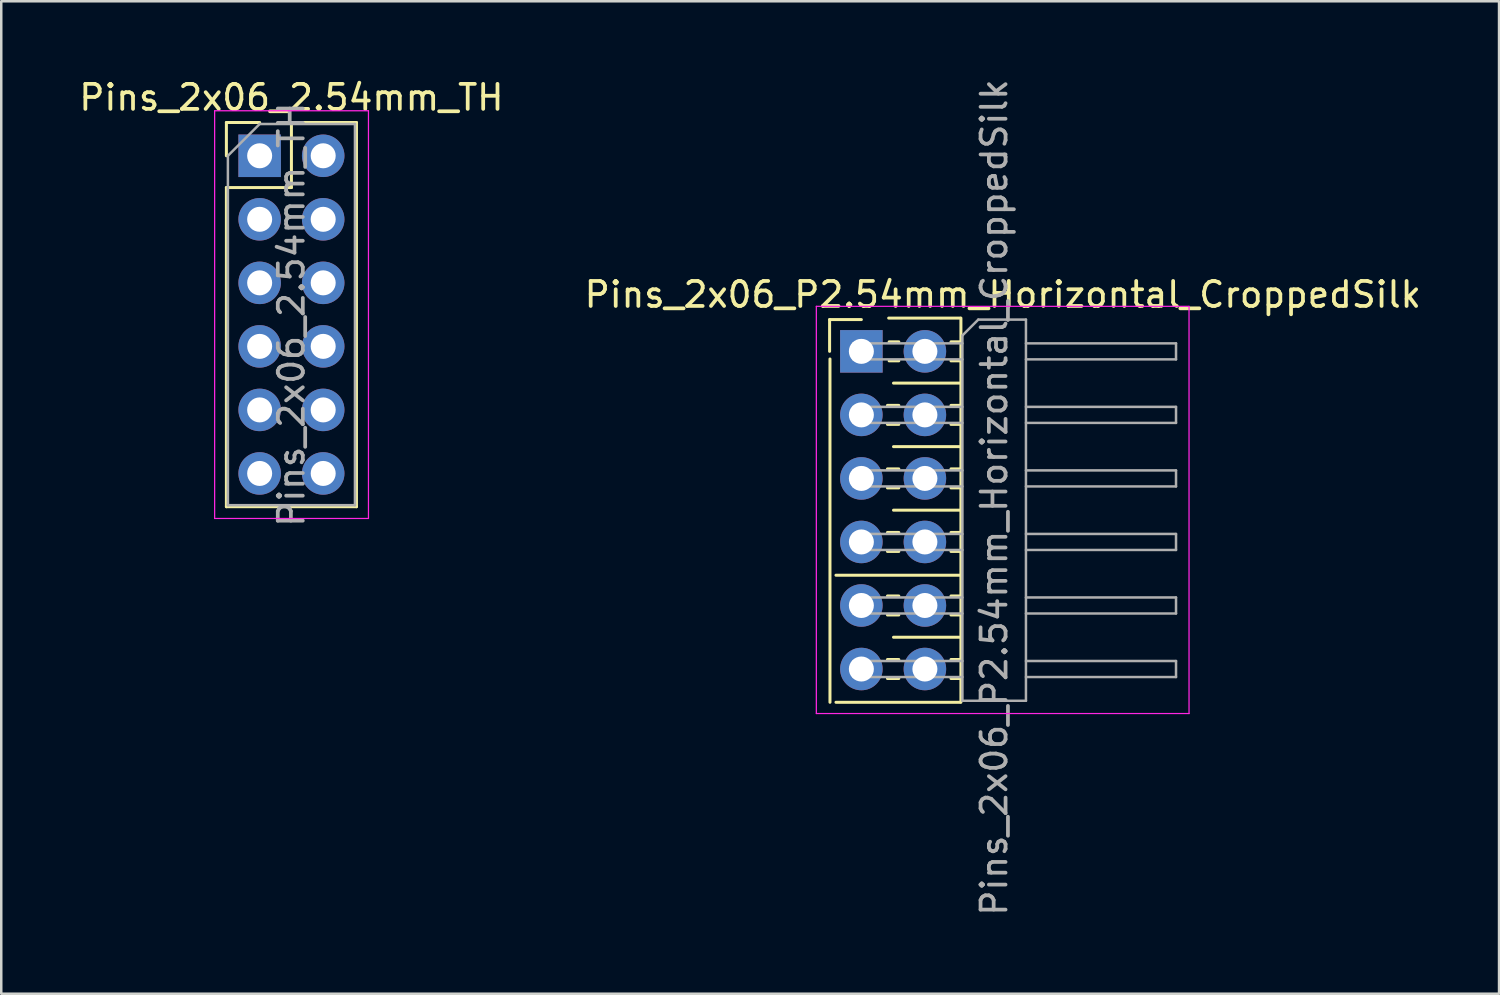
<source format=kicad_pcb>
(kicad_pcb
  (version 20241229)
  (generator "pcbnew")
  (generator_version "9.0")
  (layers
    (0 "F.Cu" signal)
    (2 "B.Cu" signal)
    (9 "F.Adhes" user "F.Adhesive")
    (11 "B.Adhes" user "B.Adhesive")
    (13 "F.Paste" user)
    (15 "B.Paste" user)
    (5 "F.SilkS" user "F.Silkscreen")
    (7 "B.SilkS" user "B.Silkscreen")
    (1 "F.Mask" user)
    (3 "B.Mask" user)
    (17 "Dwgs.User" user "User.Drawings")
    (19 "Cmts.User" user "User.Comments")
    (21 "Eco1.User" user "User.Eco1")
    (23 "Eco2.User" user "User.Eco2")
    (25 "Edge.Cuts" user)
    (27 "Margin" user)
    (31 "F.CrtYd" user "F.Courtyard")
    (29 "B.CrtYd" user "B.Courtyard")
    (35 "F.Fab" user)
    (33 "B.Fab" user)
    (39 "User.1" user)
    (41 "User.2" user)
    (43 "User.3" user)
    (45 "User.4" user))
  (footprint "Pins_2x06_P2.54mm_Horizontal_CroppedSilk"
    (layer "F.Cu")
    (at 32.657 17.347)
    (property "Reference" "Pins_2x06_P2.54mm_Horizontal_CroppedSilk" (at 4.385 -8.62 0) (layer "F.SilkS") (effects (font (size 1 1) (thickness 0.15))))
    (attr through_hole)
    (fp_line (start -2.54 -7.62) (end -1.27 -7.62) (stroke (width 0.12) (type solid)) (layer "F.SilkS"))
    (fp_line (start -2.54 -6.35) (end -2.54 -7.62) (stroke (width 0.12) (type solid)) (layer "F.SilkS"))
    (fp_line (start -2.525 -6.045) (end -2.525 7.68) (stroke (width 0.12) (type solid)) (layer "F.SilkS"))
    (fp_line (start -2.286 2.6) (end 2.675 2.6) (stroke (width 0.12) (type solid)) (layer "F.SilkS"))
    (fp_line (start -2.286 7.68) (end 2.675 7.68) (stroke (width 0.12) (type solid)) (layer "F.SilkS"))
    (fp_line (start -0.227 -4.19) (end 0.227 -4.19) (stroke (width 0.12) (type solid)) (layer "F.SilkS"))
    (fp_line (start -0.227 -3.43) (end 0.227 -3.43) (stroke (width 0.12) (type solid)) (layer "F.SilkS"))
    (fp_line (start -0.227 -1.65) (end 0.227 -1.65) (stroke (width 0.12) (type solid)) (layer "F.SilkS"))
    (fp_line (start -0.227 -0.89) (end 0.227 -0.89) (stroke (width 0.12) (type solid)) (layer "F.SilkS"))
    (fp_line (start -0.227 0.89) (end 0.227 0.89) (stroke (width 0.12) (type solid)) (layer "F.SilkS"))
    (fp_line (start -0.227 1.65) (end 0.227 1.65) (stroke (width 0.12) (type solid)) (layer "F.SilkS"))
    (fp_line (start -0.227 3.43) (end 0.227 3.43) (stroke (width 0.12) (type solid)) (layer "F.SilkS"))
    (fp_line (start -0.227 4.19) (end 0.227 4.19) (stroke (width 0.12) (type solid)) (layer "F.SilkS"))
    (fp_line (start -0.227 5.97) (end 0.227 5.97) (stroke (width 0.12) (type solid)) (layer "F.SilkS"))
    (fp_line (start -0.227 6.73) (end 0.227 6.73) (stroke (width 0.12) (type solid)) (layer "F.SilkS"))
    (fp_line (start -0.16 -6.73) (end 0.227 -6.73) (stroke (width 0.12) (type solid)) (layer "F.SilkS"))
    (fp_line (start -0.16 -5.97) (end 0.227 -5.97) (stroke (width 0.12) (type solid)) (layer "F.SilkS"))
    (fp_line (start 2.313 -6.73) (end 2.71 -6.73) (stroke (width 0.12) (type solid)) (layer "F.SilkS"))
    (fp_line (start 2.313 -5.97) (end 2.71 -5.97) (stroke (width 0.12) (type solid)) (layer "F.SilkS"))
    (fp_line (start 2.313 -4.19) (end 2.71 -4.19) (stroke (width 0.12) (type solid)) (layer "F.SilkS"))
    (fp_line (start 2.313 -3.43) (end 2.71 -3.43) (stroke (width 0.12) (type solid)) (layer "F.SilkS"))
    (fp_line (start 2.313 -1.65) (end 2.71 -1.65) (stroke (width 0.12) (type solid)) (layer "F.SilkS"))
    (fp_line (start 2.313 -0.89) (end 2.71 -0.89) (stroke (width 0.12) (type solid)) (layer "F.SilkS"))
    (fp_line (start 2.313 0.89) (end 2.71 0.89) (stroke (width 0.12) (type solid)) (layer "F.SilkS"))
    (fp_line (start 2.313 1.65) (end 2.71 1.65) (stroke (width 0.12) (type solid)) (layer "F.SilkS"))
    (fp_line (start 2.313 3.43) (end 2.71 3.43) (stroke (width 0.12) (type solid)) (layer "F.SilkS"))
    (fp_line (start 2.313 4.19) (end 2.71 4.19) (stroke (width 0.12) (type solid)) (layer "F.SilkS"))
    (fp_line (start 2.313 5.97) (end 2.71 5.97) (stroke (width 0.12) (type solid)) (layer "F.SilkS"))
    (fp_line (start 2.313 6.73) (end 2.71 6.73) (stroke (width 0.12) (type solid)) (layer "F.SilkS"))
    (fp_line (start 2.675 -7.68) (end -0.178 -7.68) (stroke (width 0.12) (type solid)) (layer "F.SilkS"))
    (fp_line (start 2.675 -5.08) (end 0.015 -5.08) (stroke (width 0.12) (type solid)) (layer "F.SilkS"))
    (fp_line (start 2.675 -2.54) (end 0.015 -2.54) (stroke (width 0.12) (type solid)) (layer "F.SilkS"))
    (fp_line (start 2.675 0) (end 0.015 0) (stroke (width 0.12) (type solid)) (layer "F.SilkS"))
    (fp_line (start 2.675 5.08) (end 0.015 5.08) (stroke (width 0.12) (type solid)) (layer "F.SilkS"))
    (fp_line (start 2.71 -7.68) (end 2.71 7.68) (stroke (width 0.12) (type solid)) (layer "F.SilkS"))
    (fp_line (start -3.07 -8.15) (end -3.07 8.13) (stroke (width 0.05) (type solid)) (layer "F.CrtYd"))
    (fp_line (start -3.07 8.13) (end 11.83 8.13) (stroke (width 0.05) (type solid)) (layer "F.CrtYd"))
    (fp_line (start 11.83 -8.15) (end -3.07 -8.15) (stroke (width 0.05) (type solid)) (layer "F.CrtYd"))
    (fp_line (start 11.83 8.13) (end 11.83 -8.15) (stroke (width 0.05) (type solid)) (layer "F.CrtYd"))
    (fp_line (start -1.59 -6.67) (end -1.59 -6.03) (stroke (width 0.1) (type solid)) (layer "F.Fab"))
    (fp_line (start -1.59 -6.67) (end 2.77 -6.67) (stroke (width 0.1) (type solid)) (layer "F.Fab"))
    (fp_line (start -1.59 -6.03) (end 2.77 -6.03) (stroke (width 0.1) (type solid)) (layer "F.Fab"))
    (fp_line (start -1.59 -4.13) (end -1.59 -3.49) (stroke (width 0.1) (type solid)) (layer "F.Fab"))
    (fp_line (start -1.59 -4.13) (end 2.77 -4.13) (stroke (width 0.1) (type solid)) (layer "F.Fab"))
    (fp_line (start -1.59 -3.49) (end 2.77 -3.49) (stroke (width 0.1) (type solid)) (layer "F.Fab"))
    (fp_line (start -1.59 -1.59) (end -1.59 -0.95) (stroke (width 0.1) (type solid)) (layer "F.Fab"))
    (fp_line (start -1.59 -1.59) (end 2.77 -1.59) (stroke (width 0.1) (type solid)) (layer "F.Fab"))
    (fp_line (start -1.59 -0.95) (end 2.77 -0.95) (stroke (width 0.1) (type solid)) (layer "F.Fab"))
    (fp_line (start -1.59 0.95) (end -1.59 1.59) (stroke (width 0.1) (type solid)) (layer "F.Fab"))
    (fp_line (start -1.59 0.95) (end 2.77 0.95) (stroke (width 0.1) (type solid)) (layer "F.Fab"))
    (fp_line (start -1.59 1.59) (end 2.77 1.59) (stroke (width 0.1) (type solid)) (layer "F.Fab"))
    (fp_line (start -1.59 3.49) (end -1.59 4.13) (stroke (width 0.1) (type solid)) (layer "F.Fab"))
    (fp_line (start -1.59 3.49) (end 2.77 3.49) (stroke (width 0.1) (type solid)) (layer "F.Fab"))
    (fp_line (start -1.59 4.13) (end 2.77 4.13) (stroke (width 0.1) (type solid)) (layer "F.Fab"))
    (fp_line (start -1.59 6.03) (end -1.59 6.67) (stroke (width 0.1) (type solid)) (layer "F.Fab"))
    (fp_line (start -1.59 6.03) (end 2.77 6.03) (stroke (width 0.1) (type solid)) (layer "F.Fab"))
    (fp_line (start -1.59 6.67) (end 2.77 6.67) (stroke (width 0.1) (type solid)) (layer "F.Fab"))
    (fp_line (start 2.77 -6.985) (end 3.405 -7.62) (stroke (width 0.1) (type solid)) (layer "F.Fab"))
    (fp_line (start 2.77 7.62) (end 2.77 -6.985) (stroke (width 0.1) (type solid)) (layer "F.Fab"))
    (fp_line (start 3.405 -7.62) (end 5.31 -7.62) (stroke (width 0.1) (type solid)) (layer "F.Fab"))
    (fp_line (start 5.31 -7.62) (end 5.31 7.62) (stroke (width 0.1) (type solid)) (layer "F.Fab"))
    (fp_line (start 5.31 -6.67) (end 11.31 -6.67) (stroke (width 0.1) (type solid)) (layer "F.Fab"))
    (fp_line (start 5.31 -6.03) (end 11.31 -6.03) (stroke (width 0.1) (type solid)) (layer "F.Fab"))
    (fp_line (start 5.31 -4.13) (end 11.31 -4.13) (stroke (width 0.1) (type solid)) (layer "F.Fab"))
    (fp_line (start 5.31 -3.49) (end 11.31 -3.49) (stroke (width 0.1) (type solid)) (layer "F.Fab"))
    (fp_line (start 5.31 -1.59) (end 11.31 -1.59) (stroke (width 0.1) (type solid)) (layer "F.Fab"))
    (fp_line (start 5.31 -0.95) (end 11.31 -0.95) (stroke (width 0.1) (type solid)) (layer "F.Fab"))
    (fp_line (start 5.31 0.95) (end 11.31 0.95) (stroke (width 0.1) (type solid)) (layer "F.Fab"))
    (fp_line (start 5.31 1.59) (end 11.31 1.59) (stroke (width 0.1) (type solid)) (layer "F.Fab"))
    (fp_line (start 5.31 3.49) (end 11.31 3.49) (stroke (width 0.1) (type solid)) (layer "F.Fab"))
    (fp_line (start 5.31 4.13) (end 11.31 4.13) (stroke (width 0.1) (type solid)) (layer "F.Fab"))
    (fp_line (start 5.31 6.03) (end 11.31 6.03) (stroke (width 0.1) (type solid)) (layer "F.Fab"))
    (fp_line (start 5.31 6.67) (end 11.31 6.67) (stroke (width 0.1) (type solid)) (layer "F.Fab"))
    (fp_line (start 5.31 7.62) (end 2.77 7.62) (stroke (width 0.1) (type solid)) (layer "F.Fab"))
    (fp_line (start 11.31 -6.67) (end 11.31 -6.03) (stroke (width 0.1) (type solid)) (layer "F.Fab"))
    (fp_line (start 11.31 -4.13) (end 11.31 -3.49) (stroke (width 0.1) (type solid)) (layer "F.Fab"))
    (fp_line (start 11.31 -1.59) (end 11.31 -0.95) (stroke (width 0.1) (type solid)) (layer "F.Fab"))
    (fp_line (start 11.31 0.95) (end 11.31 1.59) (stroke (width 0.1) (type solid)) (layer "F.Fab"))
    (fp_line (start 11.31 3.49) (end 11.31 4.13) (stroke (width 0.1) (type solid)) (layer "F.Fab"))
    (fp_line (start 11.31 6.03) (end 11.31 6.67) (stroke (width 0.1) (type solid)) (layer "F.Fab"))
    (fp_text user "${REFERENCE}" (at 4.04 -0.508 90) (layer "F.Fab") (effects (font (size 1 1) (thickness 0.15))))
    (pad "1" thru_hole rect (at -1.27 -6.35) (size 1.7 1.7) (drill 1) (layers "*.Cu" "*.Mask"))
    (pad "2" thru_hole oval (at 1.27 -6.35) (size 1.7 1.7) (drill 1) (layers "*.Cu" "*.Mask"))
    (pad "3" thru_hole oval (at -1.27 -3.81) (size 1.7 1.7) (drill 1) (layers "*.Cu" "*.Mask"))
    (pad "4" thru_hole oval (at 1.27 -3.81) (size 1.7 1.7) (drill 1) (layers "*.Cu" "*.Mask"))
    (pad "5" thru_hole oval (at -1.27 -1.27) (size 1.7 1.7) (drill 1) (layers "*.Cu" "*.Mask"))
    (pad "6" thru_hole oval (at 1.27 -1.27) (size 1.7 1.7) (drill 1) (layers "*.Cu" "*.Mask"))
    (pad "7" thru_hole oval (at -1.27 1.27) (size 1.7 1.7) (drill 1) (layers "*.Cu" "*.Mask"))
    (pad "8" thru_hole oval (at 1.27 1.27) (size 1.7 1.7) (drill 1) (layers "*.Cu" "*.Mask"))
    (pad "9" thru_hole oval (at -1.27 3.81) (size 1.7 1.7) (drill 1) (layers "*.Cu" "*.Mask"))
    (pad "10" thru_hole oval (at 1.27 3.81) (size 1.7 1.7) (drill 1) (layers "*.Cu" "*.Mask"))
    (pad "11" thru_hole oval (at -1.27 6.35) (size 1.7 1.7) (drill 1) (layers "*.Cu" "*.Mask"))
    (pad "12" thru_hole oval (at 1.27 6.35) (size 1.7 1.7) (drill 1) (layers "*.Cu" "*.Mask")))
  (footprint "Pins_2x06_2.54mm_TH"
    (layer "F.Cu")
    (at 7.331 3.178)
    (property "Reference" "Pins_2x06_2.54mm_TH" (at 1.27 -2.33 0) (layer "F.SilkS") (effects (font (size 1 1) (thickness 0.15))))
    (attr through_hole)
    (fp_line (start -1.33 -1.33) (end 0 -1.33) (stroke (width 0.12) (type solid)) (layer "F.SilkS"))
    (fp_line (start -1.33 0) (end -1.33 -1.33) (stroke (width 0.12) (type solid)) (layer "F.SilkS"))
    (fp_line (start -1.33 1.27) (end -1.33 14.03) (stroke (width 0.12) (type solid)) (layer "F.SilkS"))
    (fp_line (start -1.33 1.27) (end 1.27 1.27) (stroke (width 0.12) (type solid)) (layer "F.SilkS"))
    (fp_line (start -1.33 14.03) (end 3.87 14.03) (stroke (width 0.12) (type solid)) (layer "F.SilkS"))
    (fp_line (start 1.27 -1.33) (end 3.87 -1.33) (stroke (width 0.12) (type solid)) (layer "F.SilkS"))
    (fp_line (start 1.27 1.27) (end 1.27 -1.33) (stroke (width 0.12) (type solid)) (layer "F.SilkS"))
    (fp_line (start 3.87 -1.33) (end 3.87 14.03) (stroke (width 0.12) (type solid)) (layer "F.SilkS"))
    (fp_line (start -1.8 -1.8) (end -1.8 14.5) (stroke (width 0.05) (type solid)) (layer "F.CrtYd"))
    (fp_line (start -1.8 14.5) (end 4.35 14.5) (stroke (width 0.05) (type solid)) (layer "F.CrtYd"))
    (fp_line (start 4.35 -1.8) (end -1.8 -1.8) (stroke (width 0.05) (type solid)) (layer "F.CrtYd"))
    (fp_line (start 4.35 14.5) (end 4.35 -1.8) (stroke (width 0.05) (type solid)) (layer "F.CrtYd"))
    (fp_line (start -1.27 0) (end 0 -1.27) (stroke (width 0.1) (type solid)) (layer "F.Fab"))
    (fp_line (start -1.27 13.97) (end -1.27 0) (stroke (width 0.1) (type solid)) (layer "F.Fab"))
    (fp_line (start 0 -1.27) (end 3.81 -1.27) (stroke (width 0.1) (type solid)) (layer "F.Fab"))
    (fp_line (start 3.81 -1.27) (end 3.81 13.97) (stroke (width 0.1) (type solid)) (layer "F.Fab"))
    (fp_line (start 3.81 13.97) (end -1.27 13.97) (stroke (width 0.1) (type solid)) (layer "F.Fab"))
    (fp_text user "${REFERENCE}" (at 1.27 6.35 90) (layer "F.Fab") (effects (font (size 1 1) (thickness 0.15))))
    (pad "1" thru_hole rect (at 0 0) (size 1.7 1.7) (drill 1) (layers "*.Cu" "*.Mask"))
    (pad "2" thru_hole oval (at 2.54 0) (size 1.7 1.7) (drill 1) (layers "*.Cu" "*.Mask"))
    (pad "3" thru_hole oval (at 0 2.54) (size 1.7 1.7) (drill 1) (layers "*.Cu" "*.Mask"))
    (pad "4" thru_hole oval (at 2.54 2.54) (size 1.7 1.7) (drill 1) (layers "*.Cu" "*.Mask"))
    (pad "5" thru_hole oval (at 0 5.08) (size 1.7 1.7) (drill 1) (layers "*.Cu" "*.Mask"))
    (pad "6" thru_hole oval (at 2.54 5.08) (size 1.7 1.7) (drill 1) (layers "*.Cu" "*.Mask"))
    (pad "7" thru_hole oval (at 0 7.62) (size 1.7 1.7) (drill 1) (layers "*.Cu" "*.Mask"))
    (pad "8" thru_hole oval (at 2.54 7.62) (size 1.7 1.7) (drill 1) (layers "*.Cu" "*.Mask"))
    (pad "9" thru_hole oval (at 0 10.16) (size 1.7 1.7) (drill 1) (layers "*.Cu" "*.Mask"))
    (pad "10" thru_hole oval (at 2.54 10.16) (size 1.7 1.7) (drill 1) (layers "*.Cu" "*.Mask"))
    (pad "11" thru_hole oval (at 0 12.7) (size 1.7 1.7) (drill 1) (layers "*.Cu" "*.Mask"))
    (pad "12" thru_hole oval (at 2.54 12.7) (size 1.7 1.7) (drill 1) (layers "*.Cu" "*.Mask")))
  (gr_rect
    (start -3 -3)
    (end 56.881 36.679)
    (stroke (width 0.1) (type default))
    (fill no)
    (layer "Edge.Cuts")))
</source>
